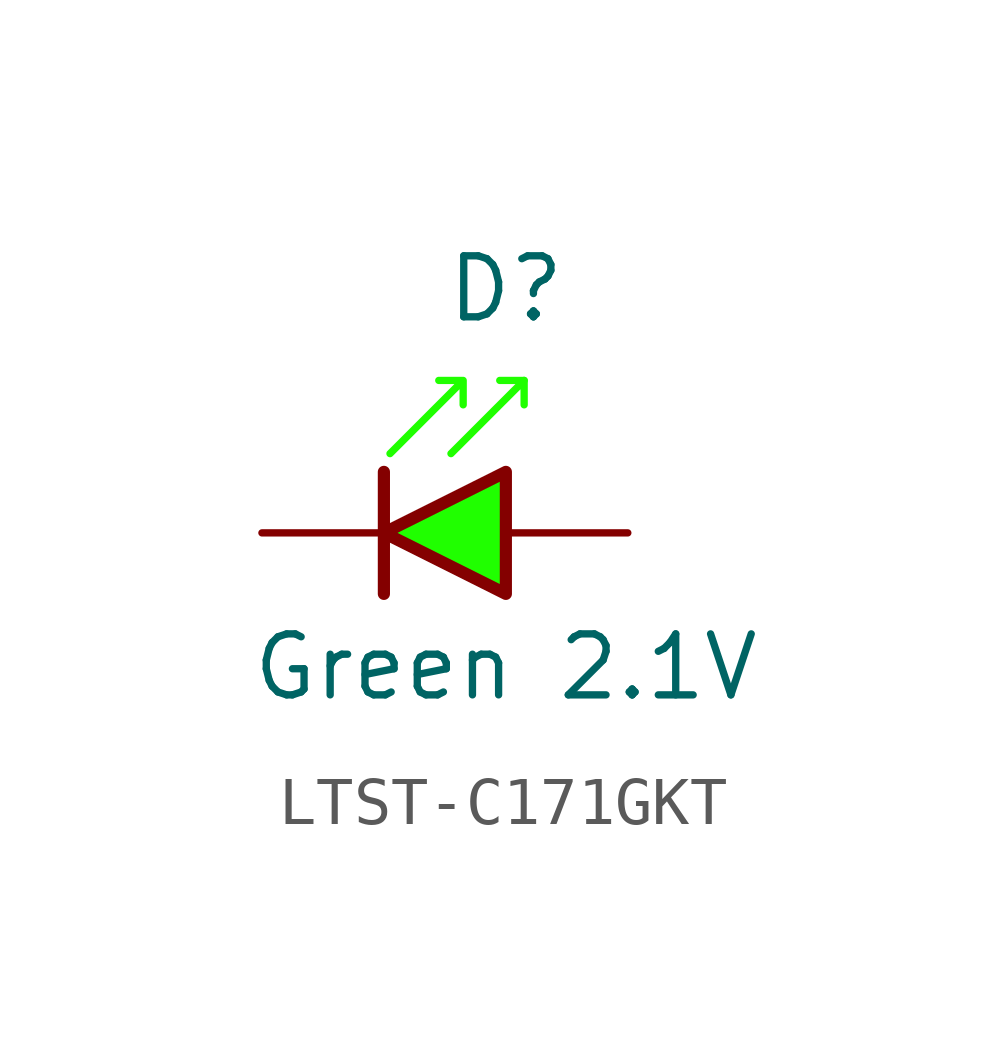
<source format=kicad_sym>
(kicad_symbol_lib
  (version 20241209)
  (generator "kicad_symbol_editor")
  (generator_version "9.0")
  (symbol "LTST-C171GKT"
    (pin_numbers
      (hide yes))
    (pin_names
      (offset 1.016)
      (hide yes))
    (property "Reference" "D"
      (at 0 5.08 0)
      (effects (font (size 1.27 1.27))))
    (property "Value" "Green 2.1V"
      (at 0 -2.794 0)
      (effects (font (size 1.27 1.27))))
    (symbol "LTST-C171GKT_0_1"
      (polyline (pts (xy -2.54 1.27) (xy -2.54 -1.27)) (stroke (width 0.254) (type default)) (fill (type none))))
    (symbol "LTST-C171GKT_1_1"
      (polyline (pts (xy -2.413 1.651) (xy -0.889 3.175) (xy -0.889 2.667) (xy -0.889 3.175) (xy -1.397 3.175)) (stroke (width 0) (type solid) (color 32 255 0 1)) (fill (type none)))
      (polyline (pts (xy -1.143 1.651) (xy 0.381 3.175) (xy 0.381 2.667)) (stroke (width 0) (type solid) (color 32 255 0 1)) (fill (type none)))
      (polyline (pts (xy 0 1.27) (xy 0 -1.27) (xy -2.54 0) (xy 0 1.27)) (stroke (width 0.254) (type solid)) (fill (type color) (color 32 255 0 1)))
      (polyline (pts (xy 0.381 3.175) (xy -0.127 3.175)) (stroke (width 0) (type solid) (color 32 255 0 1)) (fill (type none)))
      (pin passive line (at -5.08 0 0) (length 2.54) (name "K" (effects (font (size 1.27 1.27)))) (number "1" (effects (font (size 1.27 1.27)))))
      (pin passive line (at 2.54 0 180) (length 2.54) (name "A" (effects (font (size 1.27 1.27)))) (number "2" (effects (font (size 1.27 1.27))))))))
</source>
